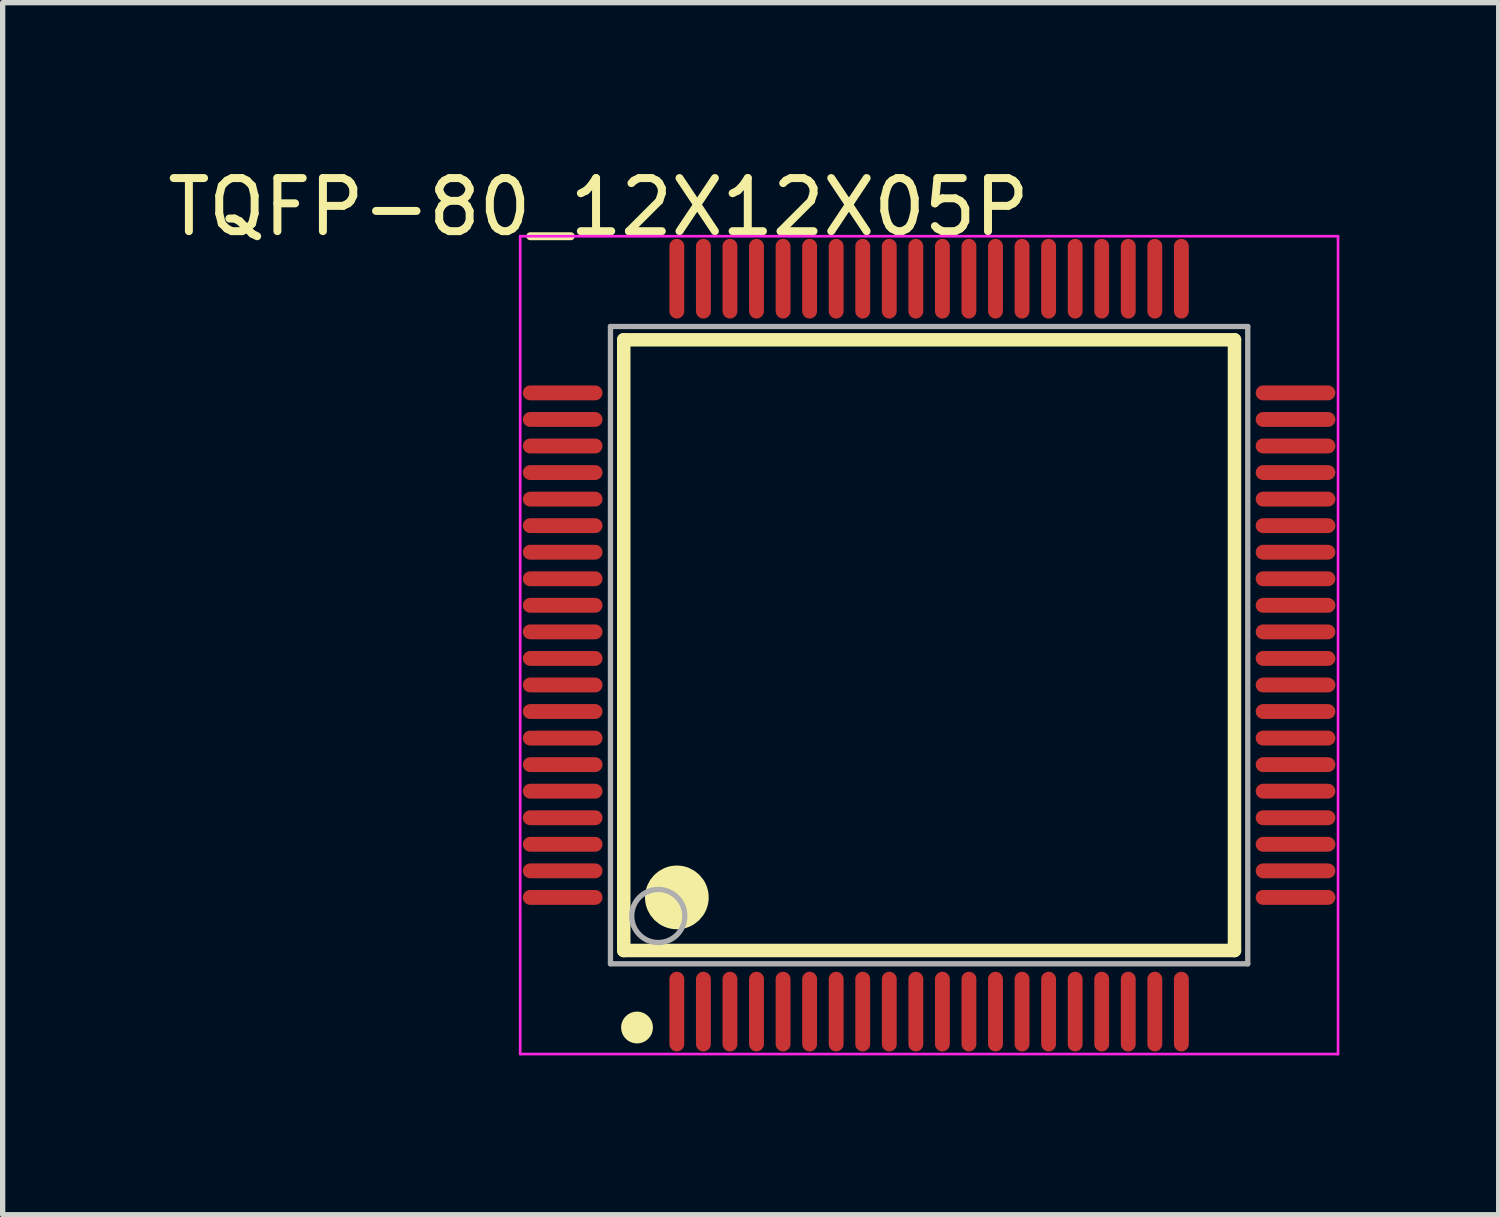
<source format=kicad_pcb>
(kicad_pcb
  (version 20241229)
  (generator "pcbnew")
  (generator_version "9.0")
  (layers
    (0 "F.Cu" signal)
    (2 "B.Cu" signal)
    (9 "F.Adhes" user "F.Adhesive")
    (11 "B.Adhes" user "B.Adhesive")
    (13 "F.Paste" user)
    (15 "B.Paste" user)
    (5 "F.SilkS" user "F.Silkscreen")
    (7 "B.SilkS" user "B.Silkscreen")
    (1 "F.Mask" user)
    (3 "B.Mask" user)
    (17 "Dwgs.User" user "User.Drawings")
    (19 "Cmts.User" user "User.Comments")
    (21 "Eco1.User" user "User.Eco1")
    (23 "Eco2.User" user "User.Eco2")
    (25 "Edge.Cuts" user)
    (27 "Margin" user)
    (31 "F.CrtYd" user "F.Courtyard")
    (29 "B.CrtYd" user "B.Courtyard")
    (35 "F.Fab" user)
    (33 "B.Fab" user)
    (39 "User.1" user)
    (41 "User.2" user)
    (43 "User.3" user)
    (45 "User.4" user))
  (footprint "TQFP-80_12X12X05P"
    (layer "F.Cu")
    (at 14.445 9.098)
    (property "Reference" "TQFP-80_12X12X05P" (at -6.224 -8.25 0) (layer "F.SilkS") (effects (font (size 1 1) (thickness 0.15))))
    (attr through_hole)
    (fp_line (start -5.75 -5.75) (end 5.75 -5.75) (stroke (width 0.254) (type solid)) (layer "F.SilkS"))
    (fp_line (start -5.75 5.75) (end -5.75 -5.75) (stroke (width 0.254) (type solid)) (layer "F.SilkS"))
    (fp_line (start -5.75 5.75) (end 5.75 5.75) (stroke (width 0.254) (type solid)) (layer "F.SilkS"))
    (fp_line (start 5.75 5.75) (end 5.75 -5.75) (stroke (width 0.254) (type solid)) (layer "F.SilkS"))
    (fp_circle (center -5.5 7.2) (end -5.35 7.2) (stroke (width 0.3) (type solid)) (fill no) (layer "F.SilkS"))
    (fp_circle (center -4.75 4.75) (end -4.45 4.75) (stroke (width 0.6) (type solid)) (fill no) (layer "F.SilkS"))
    (fp_line (start -7.7 -7.7) (end 7.7 -7.7) (stroke (width 0.05) (type solid)) (layer "F.CrtYd"))
    (fp_line (start -7.7 7.7) (end -7.7 -7.7) (stroke (width 0.05) (type solid)) (layer "F.CrtYd"))
    (fp_line (start 7.7 -7.7) (end 7.7 7.7) (stroke (width 0.05) (type solid)) (layer "F.CrtYd"))
    (fp_line (start 7.7 7.7) (end -7.7 7.7) (stroke (width 0.05) (type solid)) (layer "F.CrtYd"))
    (fp_line (start -6 -6) (end 6 -6) (stroke (width 0.1) (type solid)) (layer "F.Fab"))
    (fp_line (start -6 6) (end -6 -6) (stroke (width 0.1) (type solid)) (layer "F.Fab"))
    (fp_line (start -6 6) (end 6 6) (stroke (width 0.1) (type solid)) (layer "F.Fab"))
    (fp_line (start 6 6) (end 6 -6) (stroke (width 0.1) (type solid)) (layer "F.Fab"))
    (fp_circle (center -5.1 5.1) (end -4.6 5.1) (stroke (width 0.1) (type solid)) (fill no) (layer "F.Fab"))
    (pad "1" smd oval (at -4.75 6.9 180) (size 0.28 1.5) (layers "F.Cu" "F.Mask" "F.Paste"))
    (pad "2" smd oval (at -4.25 6.9 180) (size 0.28 1.5) (layers "F.Cu" "F.Mask" "F.Paste"))
    (pad "3" smd oval (at -3.75 6.9 180) (size 0.28 1.5) (layers "F.Cu" "F.Mask" "F.Paste"))
    (pad "4" smd oval (at -3.25 6.9 180) (size 0.28 1.5) (layers "F.Cu" "F.Mask" "F.Paste"))
    (pad "5" smd oval (at -2.75 6.9 180) (size 0.28 1.5) (layers "F.Cu" "F.Mask" "F.Paste"))
    (pad "6" smd oval (at -2.25 6.9 180) (size 0.28 1.5) (layers "F.Cu" "F.Mask" "F.Paste"))
    (pad "7" smd oval (at -1.75 6.9 180) (size 0.28 1.5) (layers "F.Cu" "F.Mask" "F.Paste"))
    (pad "8" smd oval (at -1.25 6.9 180) (size 0.28 1.5) (layers "F.Cu" "F.Mask" "F.Paste"))
    (pad "9" smd oval (at -0.75 6.9 180) (size 0.28 1.5) (layers "F.Cu" "F.Mask" "F.Paste"))
    (pad "10" smd oval (at -0.25 6.9 180) (size 0.28 1.5) (layers "F.Cu" "F.Mask" "F.Paste"))
    (pad "11" smd oval (at 0.25 6.9 180) (size 0.28 1.5) (layers "F.Cu" "F.Mask" "F.Paste"))
    (pad "12" smd oval (at 0.75 6.9 180) (size 0.28 1.5) (layers "F.Cu" "F.Mask" "F.Paste"))
    (pad "13" smd oval (at 1.25 6.9 180) (size 0.28 1.5) (layers "F.Cu" "F.Mask" "F.Paste"))
    (pad "14" smd oval (at 1.75 6.9 180) (size 0.28 1.5) (layers "F.Cu" "F.Mask" "F.Paste"))
    (pad "15" smd oval (at 2.25 6.9 180) (size 0.28 1.5) (layers "F.Cu" "F.Mask" "F.Paste"))
    (pad "16" smd oval (at 2.75 6.9 180) (size 0.28 1.5) (layers "F.Cu" "F.Mask" "F.Paste"))
    (pad "17" smd oval (at 3.25 6.9 180) (size 0.28 1.5) (layers "F.Cu" "F.Mask" "F.Paste"))
    (pad "18" smd oval (at 3.75 6.9 180) (size 0.28 1.5) (layers "F.Cu" "F.Mask" "F.Paste"))
    (pad "19" smd oval (at 4.25 6.9 180) (size 0.28 1.5) (layers "F.Cu" "F.Mask" "F.Paste"))
    (pad "20" smd oval (at 4.75 6.9) (size 0.28 1.5) (layers "F.Cu" "F.Mask" "F.Paste"))
    (pad "21" smd oval (at 6.9 4.75 270) (size 0.28 1.5) (layers "F.Cu" "F.Mask" "F.Paste"))
    (pad "22" smd oval (at 6.9 4.25 90) (size 0.28 1.5) (layers "F.Cu" "F.Mask" "F.Paste"))
    (pad "23" smd oval (at 6.9 3.75 90) (size 0.28 1.5) (layers "F.Cu" "F.Mask" "F.Paste"))
    (pad "24" smd oval (at 6.9 3.25 90) (size 0.28 1.5) (layers "F.Cu" "F.Mask" "F.Paste"))
    (pad "25" smd oval (at 6.9 2.75 90) (size 0.28 1.5) (layers "F.Cu" "F.Mask" "F.Paste"))
    (pad "26" smd oval (at 6.9 2.25 90) (size 0.28 1.5) (layers "F.Cu" "F.Mask" "F.Paste"))
    (pad "27" smd oval (at 6.9 1.75 90) (size 0.28 1.5) (layers "F.Cu" "F.Mask" "F.Paste"))
    (pad "28" smd oval (at 6.9 1.25 90) (size 0.28 1.5) (layers "F.Cu" "F.Mask" "F.Paste"))
    (pad "29" smd oval (at 6.9 0.75 90) (size 0.28 1.5) (layers "F.Cu" "F.Mask" "F.Paste"))
    (pad "30" smd oval (at 6.9 0.25 90) (size 0.28 1.5) (layers "F.Cu" "F.Mask" "F.Paste"))
    (pad "31" smd oval (at 6.9 -0.25 90) (size 0.28 1.5) (layers "F.Cu" "F.Mask" "F.Paste"))
    (pad "32" smd oval (at 6.9 -0.75 90) (size 0.28 1.5) (layers "F.Cu" "F.Mask" "F.Paste"))
    (pad "33" smd oval (at 6.9 -1.25 90) (size 0.28 1.5) (layers "F.Cu" "F.Mask" "F.Paste"))
    (pad "34" smd oval (at 6.9 -1.75 90) (size 0.28 1.5) (layers "F.Cu" "F.Mask" "F.Paste"))
    (pad "35" smd oval (at 6.9 -2.25 90) (size 0.28 1.5) (layers "F.Cu" "F.Mask" "F.Paste"))
    (pad "36" smd oval (at 6.9 -2.75 90) (size 0.28 1.5) (layers "F.Cu" "F.Mask" "F.Paste"))
    (pad "37" smd oval (at 6.9 -3.25 90) (size 0.28 1.5) (layers "F.Cu" "F.Mask" "F.Paste"))
    (pad "38" smd oval (at 6.9 -3.75 90) (size 0.28 1.5) (layers "F.Cu" "F.Mask" "F.Paste"))
    (pad "39" smd oval (at 6.9 -4.25 90) (size 0.28 1.5) (layers "F.Cu" "F.Mask" "F.Paste"))
    (pad "40" smd oval (at 6.9 -4.75 90) (size 0.28 1.5) (layers "F.Cu" "F.Mask" "F.Paste"))
    (pad "41" smd oval (at 4.75 -6.9) (size 0.28 1.5) (layers "F.Cu" "F.Mask" "F.Paste"))
    (pad "42" smd oval (at 4.25 -6.9 180) (size 0.28 1.5) (layers "F.Cu" "F.Mask" "F.Paste"))
    (pad "43" smd oval (at 3.75 -6.9 180) (size 0.28 1.5) (layers "F.Cu" "F.Mask" "F.Paste"))
    (pad "44" smd oval (at 3.25 -6.9 180) (size 0.28 1.5) (layers "F.Cu" "F.Mask" "F.Paste"))
    (pad "45" smd oval (at 2.75 -6.9 180) (size 0.28 1.5) (layers "F.Cu" "F.Mask" "F.Paste"))
    (pad "46" smd oval (at 2.25 -6.9 180) (size 0.28 1.5) (layers "F.Cu" "F.Mask" "F.Paste"))
    (pad "47" smd oval (at 1.75 -6.9 180) (size 0.28 1.5) (layers "F.Cu" "F.Mask" "F.Paste"))
    (pad "48" smd oval (at 1.25 -6.9 180) (size 0.28 1.5) (layers "F.Cu" "F.Mask" "F.Paste"))
    (pad "49" smd oval (at 0.75 -6.9 180) (size 0.28 1.5) (layers "F.Cu" "F.Mask" "F.Paste"))
    (pad "50" smd oval (at 0.25 -6.9 180) (size 0.28 1.5) (layers "F.Cu" "F.Mask" "F.Paste"))
    (pad "51" smd oval (at -0.25 -6.9 180) (size 0.28 1.5) (layers "F.Cu" "F.Mask" "F.Paste"))
    (pad "52" smd oval (at -0.75 -6.9 180) (size 0.28 1.5) (layers "F.Cu" "F.Mask" "F.Paste"))
    (pad "53" smd oval (at -1.25 -6.9 180) (size 0.28 1.5) (layers "F.Cu" "F.Mask" "F.Paste"))
    (pad "54" smd oval (at -1.75 -6.9 180) (size 0.28 1.5) (layers "F.Cu" "F.Mask" "F.Paste"))
    (pad "55" smd oval (at -2.25 -6.9 180) (size 0.28 1.5) (layers "F.Cu" "F.Mask" "F.Paste"))
    (pad "56" smd oval (at -2.75 -6.9 180) (size 0.28 1.5) (layers "F.Cu" "F.Mask" "F.Paste"))
    (pad "57" smd oval (at -3.25 -6.9 180) (size 0.28 1.5) (layers "F.Cu" "F.Mask" "F.Paste"))
    (pad "58" smd oval (at -3.75 -6.9 180) (size 0.28 1.5) (layers "F.Cu" "F.Mask" "F.Paste"))
    (pad "59" smd oval (at -4.25 -6.9 180) (size 0.28 1.5) (layers "F.Cu" "F.Mask" "F.Paste"))
    (pad "60" smd oval (at -4.75 -6.9 180) (size 0.28 1.5) (layers "F.Cu" "F.Mask" "F.Paste"))
    (pad "61" smd oval (at -6.9 -4.75 90) (size 0.28 1.5) (layers "F.Cu" "F.Mask" "F.Paste"))
    (pad "62" smd oval (at -6.9 -4.25 90) (size 0.28 1.5) (layers "F.Cu" "F.Mask" "F.Paste"))
    (pad "63" smd oval (at -6.9 -3.75 90) (size 0.28 1.5) (layers "F.Cu" "F.Mask" "F.Paste"))
    (pad "64" smd oval (at -6.9 -3.25 90) (size 0.28 1.5) (layers "F.Cu" "F.Mask" "F.Paste"))
    (pad "65" smd oval (at -6.9 -2.75 90) (size 0.28 1.5) (layers "F.Cu" "F.Mask" "F.Paste"))
    (pad "66" smd oval (at -6.9 -2.25 90) (size 0.28 1.5) (layers "F.Cu" "F.Mask" "F.Paste"))
    (pad "67" smd oval (at -6.9 -1.75 90) (size 0.28 1.5) (layers "F.Cu" "F.Mask" "F.Paste"))
    (pad "68" smd oval (at -6.9 -1.25 90) (size 0.28 1.5) (layers "F.Cu" "F.Mask" "F.Paste"))
    (pad "69" smd oval (at -6.9 -0.75 90) (size 0.28 1.5) (layers "F.Cu" "F.Mask" "F.Paste"))
    (pad "70" smd oval (at -6.9 -0.25 90) (size 0.28 1.5) (layers "F.Cu" "F.Mask" "F.Paste"))
    (pad "71" smd oval (at -6.9 0.25 90) (size 0.28 1.5) (layers "F.Cu" "F.Mask" "F.Paste"))
    (pad "72" smd oval (at -6.9 0.75 90) (size 0.28 1.5) (layers "F.Cu" "F.Mask" "F.Paste"))
    (pad "73" smd oval (at -6.9 1.25 90) (size 0.28 1.5) (layers "F.Cu" "F.Mask" "F.Paste"))
    (pad "74" smd oval (at -6.9 1.75 90) (size 0.001 0.001) (layers "F.Cu" "F.Mask" "F.Paste"))
    (pad "74" smd oval (at -6.9 1.75 90) (size 0.28 1.5) (layers "F.Cu" "F.Mask" "F.Paste"))
    (pad "75" smd oval (at -6.9 2.25 90) (size 0.28 1.5) (layers "F.Cu" "F.Mask" "F.Paste"))
    (pad "76" smd oval (at -6.9 2.75 90) (size 0.28 1.5) (layers "F.Cu" "F.Mask" "F.Paste"))
    (pad "77" smd oval (at -6.9 3.25 90) (size 0.28 1.5) (layers "F.Cu" "F.Mask" "F.Paste"))
    (pad "78" smd oval (at -6.9 3.75 90) (size 0.28 1.5) (layers "F.Cu" "F.Mask" "F.Paste"))
    (pad "79" smd oval (at -6.9 4.25 90) (size 0.28 1.5) (layers "F.Cu" "F.Mask" "F.Paste"))
    (pad "80" smd oval (at -6.9 4.75 270) (size 0.28 1.5) (layers "F.Cu" "F.Mask" "F.Paste")))
  (gr_rect
    (start -3 -3)
    (end 25.17 19.823)
    (stroke (width 0.1) (type default))
    (fill no)
    (layer "Edge.Cuts")))
</source>
